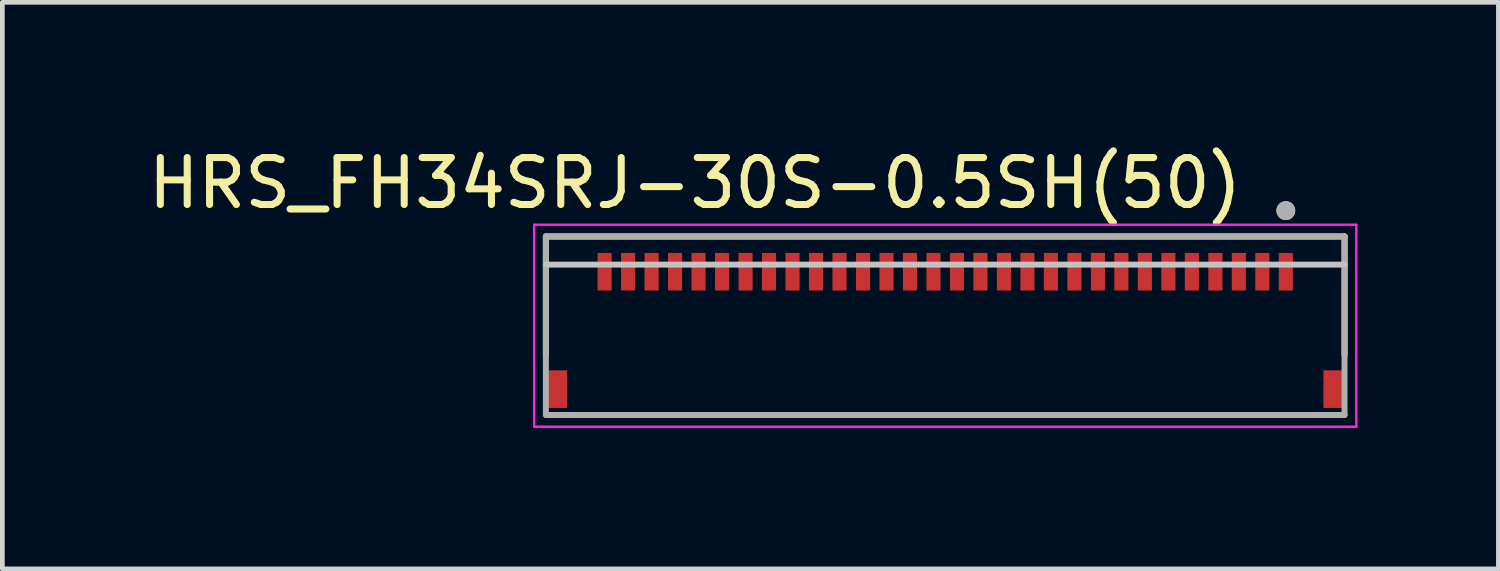
<source format=kicad_pcb>
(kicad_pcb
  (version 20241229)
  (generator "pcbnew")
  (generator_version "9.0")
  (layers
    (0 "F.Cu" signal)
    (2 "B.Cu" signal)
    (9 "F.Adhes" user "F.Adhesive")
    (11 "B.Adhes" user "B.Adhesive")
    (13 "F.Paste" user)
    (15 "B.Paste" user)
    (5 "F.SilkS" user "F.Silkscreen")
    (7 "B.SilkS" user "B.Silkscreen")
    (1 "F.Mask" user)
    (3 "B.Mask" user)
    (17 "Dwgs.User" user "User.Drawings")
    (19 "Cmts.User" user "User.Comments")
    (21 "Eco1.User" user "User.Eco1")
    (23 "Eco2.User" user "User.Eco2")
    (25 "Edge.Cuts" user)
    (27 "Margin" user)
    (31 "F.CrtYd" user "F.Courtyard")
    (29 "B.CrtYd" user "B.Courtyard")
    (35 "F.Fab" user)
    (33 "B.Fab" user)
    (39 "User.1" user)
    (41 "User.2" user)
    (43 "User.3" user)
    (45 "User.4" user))
  (footprint "HRS_FH34SRJ-30S-0.5SH(50)"
    (layer "F.Cu")
    (at 17.069 2.733)
    (property "Reference" "HRS_FH34SRJ-30S-0.5SH(50)" (at -5.325 -1.885 0) (layer "F.SilkS") (effects (font (size 1 1) (thickness 0.15))))
    (attr smd)
    (fp_line (start -8.5 -0.75) (end 8.5 -0.75) (stroke (width 0.127) (type solid)) (layer "F.SilkS"))
    (fp_line (start -8.5 1.78) (end -8.5 -0.75) (stroke (width 0.127) (type solid)) (layer "F.SilkS"))
    (fp_line (start -7.73 3.05) (end 7.73 3.05) (stroke (width 0.127) (type solid)) (layer "F.SilkS"))
    (fp_line (start 8.5 -0.75) (end 8.5 1.78) (stroke (width 0.127) (type solid)) (layer "F.SilkS"))
    (fp_circle (center 7.25 -1.3) (end 7.35 -1.3) (stroke (width 0.2) (type solid)) (fill no) (layer "F.SilkS"))
    (fp_poly (pts (xy -7.375 -0.4) (xy -7.125 -0.4) (xy -7.125 0.25) (xy -7.375 0.25)) (stroke (width 0.01) (type solid)) (fill yes) (layer "F.Paste"))
    (fp_poly (pts (xy -6.875 -0.4) (xy -6.625 -0.4) (xy -6.625 0.25) (xy -6.875 0.25)) (stroke (width 0.01) (type solid)) (fill yes) (layer "F.Paste"))
    (fp_poly (pts (xy -6.375 -0.4) (xy -6.125 -0.4) (xy -6.125 0.25) (xy -6.375 0.25)) (stroke (width 0.01) (type solid)) (fill yes) (layer "F.Paste"))
    (fp_poly (pts (xy -5.875 -0.4) (xy -5.625 -0.4) (xy -5.625 0.25) (xy -5.875 0.25)) (stroke (width 0.01) (type solid)) (fill yes) (layer "F.Paste"))
    (fp_poly (pts (xy -5.375 -0.4) (xy -5.125 -0.4) (xy -5.125 0.25) (xy -5.375 0.25)) (stroke (width 0.01) (type solid)) (fill yes) (layer "F.Paste"))
    (fp_poly (pts (xy -4.875 -0.4) (xy -4.625 -0.4) (xy -4.625 0.25) (xy -4.875 0.25)) (stroke (width 0.01) (type solid)) (fill yes) (layer "F.Paste"))
    (fp_poly (pts (xy -4.375 -0.4) (xy -4.125 -0.4) (xy -4.125 0.25) (xy -4.375 0.25)) (stroke (width 0.01) (type solid)) (fill yes) (layer "F.Paste"))
    (fp_poly (pts (xy -3.875 -0.4) (xy -3.625 -0.4) (xy -3.625 0.25) (xy -3.875 0.25)) (stroke (width 0.01) (type solid)) (fill yes) (layer "F.Paste"))
    (fp_poly (pts (xy -3.375 -0.4) (xy -3.125 -0.4) (xy -3.125 0.25) (xy -3.375 0.25)) (stroke (width 0.01) (type solid)) (fill yes) (layer "F.Paste"))
    (fp_poly (pts (xy -2.875 -0.4) (xy -2.625 -0.4) (xy -2.625 0.25) (xy -2.875 0.25)) (stroke (width 0.01) (type solid)) (fill yes) (layer "F.Paste"))
    (fp_poly (pts (xy -2.375 -0.4) (xy -2.125 -0.4) (xy -2.125 0.25) (xy -2.375 0.25)) (stroke (width 0.01) (type solid)) (fill yes) (layer "F.Paste"))
    (fp_poly (pts (xy -1.875 -0.4) (xy -1.625 -0.4) (xy -1.625 0.25) (xy -1.875 0.25)) (stroke (width 0.01) (type solid)) (fill yes) (layer "F.Paste"))
    (fp_poly (pts (xy -1.375 -0.4) (xy -1.125 -0.4) (xy -1.125 0.25) (xy -1.375 0.25)) (stroke (width 0.01) (type solid)) (fill yes) (layer "F.Paste"))
    (fp_poly (pts (xy -0.875 -0.4) (xy -0.625 -0.4) (xy -0.625 0.25) (xy -0.875 0.25)) (stroke (width 0.01) (type solid)) (fill yes) (layer "F.Paste"))
    (fp_poly (pts (xy -0.375 -0.4) (xy -0.125 -0.4) (xy -0.125 0.25) (xy -0.375 0.25)) (stroke (width 0.01) (type solid)) (fill yes) (layer "F.Paste"))
    (fp_poly (pts (xy 0.125 -0.4) (xy 0.375 -0.4) (xy 0.375 0.25) (xy 0.125 0.25)) (stroke (width 0.01) (type solid)) (fill yes) (layer "F.Paste"))
    (fp_poly (pts (xy 0.625 -0.4) (xy 0.875 -0.4) (xy 0.875 0.25) (xy 0.625 0.25)) (stroke (width 0.01) (type solid)) (fill yes) (layer "F.Paste"))
    (fp_poly (pts (xy 1.125 -0.4) (xy 1.375 -0.4) (xy 1.375 0.25) (xy 1.125 0.25)) (stroke (width 0.01) (type solid)) (fill yes) (layer "F.Paste"))
    (fp_poly (pts (xy 1.625 -0.4) (xy 1.875 -0.4) (xy 1.875 0.25) (xy 1.625 0.25)) (stroke (width 0.01) (type solid)) (fill yes) (layer "F.Paste"))
    (fp_poly (pts (xy 2.125 -0.4) (xy 2.375 -0.4) (xy 2.375 0.25) (xy 2.125 0.25)) (stroke (width 0.01) (type solid)) (fill yes) (layer "F.Paste"))
    (fp_poly (pts (xy 2.625 -0.4) (xy 2.875 -0.4) (xy 2.875 0.25) (xy 2.625 0.25)) (stroke (width 0.01) (type solid)) (fill yes) (layer "F.Paste"))
    (fp_poly (pts (xy 3.125 -0.4) (xy 3.375 -0.4) (xy 3.375 0.25) (xy 3.125 0.25)) (stroke (width 0.01) (type solid)) (fill yes) (layer "F.Paste"))
    (fp_poly (pts (xy 3.625 -0.4) (xy 3.875 -0.4) (xy 3.875 0.25) (xy 3.625 0.25)) (stroke (width 0.01) (type solid)) (fill yes) (layer "F.Paste"))
    (fp_poly (pts (xy 4.125 -0.4) (xy 4.375 -0.4) (xy 4.375 0.25) (xy 4.125 0.25)) (stroke (width 0.01) (type solid)) (fill yes) (layer "F.Paste"))
    (fp_poly (pts (xy 4.625 -0.4) (xy 4.875 -0.4) (xy 4.875 0.25) (xy 4.625 0.25)) (stroke (width 0.01) (type solid)) (fill yes) (layer "F.Paste"))
    (fp_poly (pts (xy 5.125 -0.4) (xy 5.375 -0.4) (xy 5.375 0.25) (xy 5.125 0.25)) (stroke (width 0.01) (type solid)) (fill yes) (layer "F.Paste"))
    (fp_poly (pts (xy 5.625 -0.4) (xy 5.875 -0.4) (xy 5.875 0.25) (xy 5.625 0.25)) (stroke (width 0.01) (type solid)) (fill yes) (layer "F.Paste"))
    (fp_poly (pts (xy 6.125 -0.4) (xy 6.375 -0.4) (xy 6.375 0.25) (xy 6.125 0.25)) (stroke (width 0.01) (type solid)) (fill yes) (layer "F.Paste"))
    (fp_poly (pts (xy 6.625 -0.4) (xy 6.875 -0.4) (xy 6.875 0.25) (xy 6.625 0.25)) (stroke (width 0.01) (type solid)) (fill yes) (layer "F.Paste"))
    (fp_poly (pts (xy 7.125 -0.4) (xy 7.375 -0.4) (xy 7.375 0.25) (xy 7.125 0.25)) (stroke (width 0.01) (type solid)) (fill yes) (layer "F.Paste"))
    (fp_line (start -8.5 -0.15) (end 8.5 -0.15) (stroke (width 0.127) (type solid)) (layer "Dwgs.User"))
    (fp_line (start -8.75 -1) (end 8.75 -1) (stroke (width 0.05) (type solid)) (layer "F.CrtYd"))
    (fp_line (start -8.75 3.3) (end -8.75 -1) (stroke (width 0.05) (type solid)) (layer "F.CrtYd"))
    (fp_line (start 8.75 -1) (end 8.75 3.3) (stroke (width 0.05) (type solid)) (layer "F.CrtYd"))
    (fp_line (start 8.75 3.3) (end -8.75 3.3) (stroke (width 0.05) (type solid)) (layer "F.CrtYd"))
    (fp_line (start -8.5 -0.75) (end 8.5 -0.75) (stroke (width 0.127) (type solid)) (layer "F.Fab"))
    (fp_line (start -8.5 3.05) (end -8.5 -0.75) (stroke (width 0.127) (type solid)) (layer "F.Fab"))
    (fp_line (start 8.5 -0.75) (end 8.5 3.05) (stroke (width 0.127) (type solid)) (layer "F.Fab"))
    (fp_line (start 8.5 3.05) (end -8.5 3.05) (stroke (width 0.127) (type solid)) (layer "F.Fab"))
    (fp_circle (center 7.25 -1.3) (end 7.35 -1.3) (stroke (width 0.2) (type solid)) (fill no) (layer "F.Fab"))
    (pad "1" smd rect (at 7.25 0) (size 0.3 0.8) (layers "F.Cu" "F.Mask"))
    (pad "2" smd rect (at 6.75 0) (size 0.3 0.8) (layers "F.Cu" "F.Mask"))
    (pad "3" smd rect (at 6.25 0) (size 0.3 0.8) (layers "F.Cu" "F.Mask"))
    (pad "4" smd rect (at 5.75 0) (size 0.3 0.8) (layers "F.Cu" "F.Mask"))
    (pad "5" smd rect (at 5.25 0) (size 0.3 0.8) (layers "F.Cu" "F.Mask"))
    (pad "6" smd rect (at 4.75 0) (size 0.3 0.8) (layers "F.Cu" "F.Mask"))
    (pad "7" smd rect (at 4.25 0) (size 0.3 0.8) (layers "F.Cu" "F.Mask"))
    (pad "8" smd rect (at 3.75 0) (size 0.3 0.8) (layers "F.Cu" "F.Mask"))
    (pad "9" smd rect (at 3.25 0) (size 0.3 0.8) (layers "F.Cu" "F.Mask"))
    (pad "10" smd rect (at 2.75 0) (size 0.3 0.8) (layers "F.Cu" "F.Mask"))
    (pad "11" smd rect (at 2.25 0) (size 0.3 0.8) (layers "F.Cu" "F.Mask"))
    (pad "12" smd rect (at 1.75 0) (size 0.3 0.8) (layers "F.Cu" "F.Mask"))
    (pad "13" smd rect (at 1.25 0) (size 0.3 0.8) (layers "F.Cu" "F.Mask"))
    (pad "14" smd rect (at 0.75 0) (size 0.3 0.8) (layers "F.Cu" "F.Mask"))
    (pad "15" smd rect (at 0.25 0) (size 0.3 0.8) (layers "F.Cu" "F.Mask"))
    (pad "16" smd rect (at -0.25 0) (size 0.3 0.8) (layers "F.Cu" "F.Mask"))
    (pad "17" smd rect (at -0.75 0) (size 0.3 0.8) (layers "F.Cu" "F.Mask"))
    (pad "18" smd rect (at -1.25 0) (size 0.3 0.8) (layers "F.Cu" "F.Mask"))
    (pad "19" smd rect (at -1.75 0) (size 0.3 0.8) (layers "F.Cu" "F.Mask"))
    (pad "20" smd rect (at -2.25 0) (size 0.3 0.8) (layers "F.Cu" "F.Mask"))
    (pad "21" smd rect (at -2.75 0) (size 0.3 0.8) (layers "F.Cu" "F.Mask"))
    (pad "22" smd rect (at -3.25 0) (size 0.3 0.8) (layers "F.Cu" "F.Mask"))
    (pad "23" smd rect (at -3.75 0) (size 0.3 0.8) (layers "F.Cu" "F.Mask"))
    (pad "24" smd rect (at -4.25 0) (size 0.3 0.8) (layers "F.Cu" "F.Mask"))
    (pad "25" smd rect (at -4.75 0) (size 0.3 0.8) (layers "F.Cu" "F.Mask"))
    (pad "26" smd rect (at -5.25 0) (size 0.3 0.8) (layers "F.Cu" "F.Mask"))
    (pad "27" smd rect (at -5.75 0) (size 0.3 0.8) (layers "F.Cu" "F.Mask"))
    (pad "28" smd rect (at -6.25 0) (size 0.3 0.8) (layers "F.Cu" "F.Mask"))
    (pad "29" smd rect (at -6.75 0) (size 0.3 0.8) (layers "F.Cu" "F.Mask"))
    (pad "30" smd rect (at -7.25 0) (size 0.3 0.8) (layers "F.Cu" "F.Mask"))
    (pad "S1" smd rect (at 8.25 2.5) (size 0.4 0.8) (layers "F.Cu" "F.Mask" "F.Paste"))
    (pad "S2" smd rect (at -8.25 2.5) (size 0.4 0.8) (layers "F.Cu" "F.Mask" "F.Paste")))
  (gr_rect
    (start -3 -3)
    (end 28.844 9.058)
    (stroke (width 0.1) (type default))
    (fill no)
    (layer "Edge.Cuts")))
</source>
